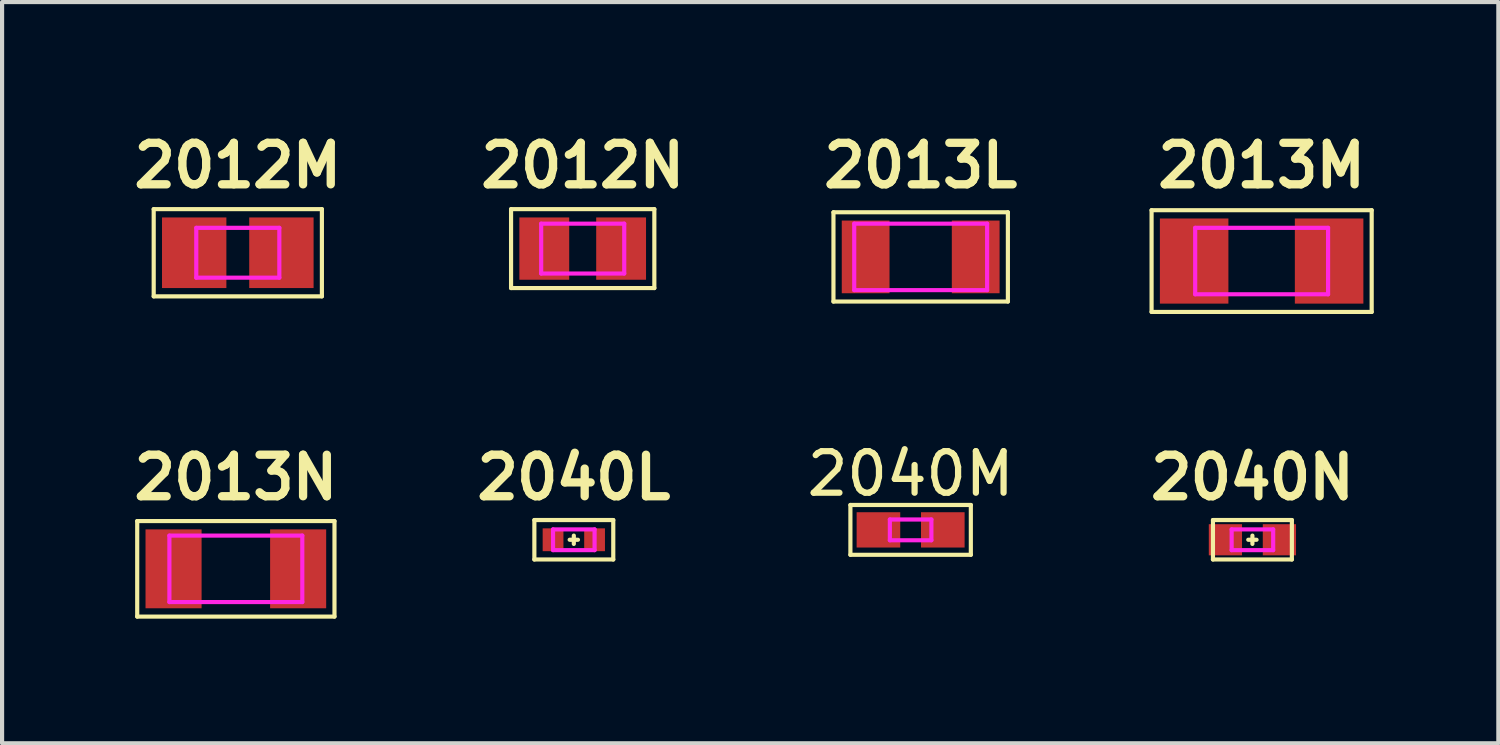
<source format=kicad_pcb>
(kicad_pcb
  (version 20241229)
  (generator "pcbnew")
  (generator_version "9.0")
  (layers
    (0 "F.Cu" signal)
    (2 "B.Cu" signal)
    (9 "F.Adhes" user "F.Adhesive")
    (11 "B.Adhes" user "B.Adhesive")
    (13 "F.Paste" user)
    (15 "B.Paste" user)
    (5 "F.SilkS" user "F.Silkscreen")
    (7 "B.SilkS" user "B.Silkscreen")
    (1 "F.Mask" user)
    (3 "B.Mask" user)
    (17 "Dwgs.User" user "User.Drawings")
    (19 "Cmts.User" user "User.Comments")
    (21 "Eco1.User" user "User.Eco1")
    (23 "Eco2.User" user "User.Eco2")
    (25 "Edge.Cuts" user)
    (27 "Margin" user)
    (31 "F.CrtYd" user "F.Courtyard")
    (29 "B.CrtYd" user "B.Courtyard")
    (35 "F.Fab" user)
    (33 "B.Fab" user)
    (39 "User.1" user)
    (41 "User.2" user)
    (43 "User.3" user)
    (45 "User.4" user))
  (footprint "2040N"
    (layer "F.Cu")
    (at 27.107 9.947)
    (property "Reference" "2040N" (at 0 -1.5 0) (layer "F.SilkS") (effects (font (size 1 1) (thickness 0.2))))
    (attr through_hole)
    (fp_line (start -0.95 -0.475) (end -0.95 0.475) (stroke (width 0.1) (type solid)) (layer "F.SilkS"))
    (fp_line (start -0.95 -0.475) (end 0.95 -0.475) (stroke (width 0.1) (type solid)) (layer "F.SilkS"))
    (fp_line (start -0.1 0) (end 0.1 0) (stroke (width 0.1) (type solid)) (layer "F.SilkS"))
    (fp_line (start 0 -0.1) (end 0 0.1) (stroke (width 0.1) (type solid)) (layer "F.SilkS"))
    (fp_line (start 0.95 -0.475) (end 0.95 0.475) (stroke (width 0.1) (type solid)) (layer "F.SilkS"))
    (fp_line (start 0.95 0.475) (end -0.95 0.475) (stroke (width 0.1) (type solid)) (layer "F.SilkS"))
    (fp_line (start -0.6 -0.2) (end -0.6 0.2) (stroke (width 0.1) (type solid)) (layer "F.Paste"))
    (fp_line (start -0.6 -0.11) (end -0.46 -0.15) (stroke (width 0.1) (type solid)) (layer "F.Paste"))
    (fp_line (start -0.6 0) (end -0.3 -0.2) (stroke (width 0.1) (type solid)) (layer "F.Paste"))
    (fp_line (start -0.6 0.11) (end -0.46 0.15) (stroke (width 0.1) (type solid)) (layer "F.Paste"))
    (fp_line (start -0.6 0.2) (end -0.3 0.2) (stroke (width 0.1) (type solid)) (layer "F.Paste"))
    (fp_line (start -0.3 -0.2) (end -0.6 -0.2) (stroke (width 0.1) (type solid)) (layer "F.Paste"))
    (fp_line (start -0.3 0.2) (end -0.6 0) (stroke (width 0.1) (type solid)) (layer "F.Paste"))
    (fp_line (start 0.3 0.2) (end 0.6 0) (stroke (width 0.1) (type solid)) (layer "F.Paste"))
    (fp_line (start 0.46 -0.15) (end 0.6 -0.11) (stroke (width 0.1) (type solid)) (layer "F.Paste"))
    (fp_line (start 0.46 0.14) (end 0.6 0.1) (stroke (width 0.1) (type solid)) (layer "F.Paste"))
    (fp_line (start 0.6 -0.2) (end 0.3 -0.2) (stroke (width 0.1) (type solid)) (layer "F.Paste"))
    (fp_line (start 0.6 -0.2) (end 0.6 0.2) (stroke (width 0.1) (type solid)) (layer "F.Paste"))
    (fp_line (start 0.6 0) (end 0.3 -0.2) (stroke (width 0.1) (type solid)) (layer "F.Paste"))
    (fp_line (start 0.6 0.2) (end 0.3 0.2) (stroke (width 0.1) (type solid)) (layer "F.Paste"))
    (fp_line (start -0.5 -0.25) (end 0.5 -0.25) (stroke (width 0.1) (type solid)) (layer "F.CrtYd"))
    (fp_line (start -0.5 0.25) (end -0.5 -0.25) (stroke (width 0.1) (type solid)) (layer "F.CrtYd"))
    (fp_line (start 0.5 -0.25) (end 0.5 0.25) (stroke (width 0.1) (type solid)) (layer "F.CrtYd"))
    (fp_line (start 0.5 0.25) (end -0.5 0.25) (stroke (width 0.1) (type solid)) (layer "F.CrtYd"))
    (pad "1" smd rect (at -0.65 0) (size 0.8 0.75) (layers "F.Cu" "F.Mask"))
    (pad "2" smd rect (at 0.65 0) (size 0.8 0.75) (layers "F.Cu" "F.Mask")))
  (footprint "2012M"
    (layer "F.Cu")
    (at 2.676 3.036)
    (property "Reference" "2012M" (at 0 -2.1 0) (layer "F.SilkS") (effects (font (size 1 1) (thickness 0.2))))
    (attr smd)
    (fp_line (start -2.025 -1.05) (end 2.025 -1.05) (stroke (width 0.1) (type solid)) (layer "F.SilkS"))
    (fp_line (start -2.025 1.05) (end -2.025 -1.05) (stroke (width 0.1) (type solid)) (layer "F.SilkS"))
    (fp_line (start 2.025 -1.05) (end 2.025 1.05) (stroke (width 0.1) (type solid)) (layer "F.SilkS"))
    (fp_line (start 2.025 1.05) (end -2.025 1.05) (stroke (width 0.1) (type solid)) (layer "F.SilkS"))
    (fp_line (start -1 -0.6) (end 1 -0.6) (stroke (width 0.1) (type solid)) (layer "F.CrtYd"))
    (fp_line (start -1 0.6) (end -1 -0.6) (stroke (width 0.1) (type solid)) (layer "F.CrtYd"))
    (fp_line (start 1 -0.6) (end 1 0.6) (stroke (width 0.1) (type solid)) (layer "F.CrtYd"))
    (fp_line (start 1 0.6) (end -1 0.6) (stroke (width 0.1) (type solid)) (layer "F.CrtYd"))
    (pad "1" smd rect (at -1.05 0) (size 1.55 1.7) (layers "F.Cu" "F.Mask"))
    (pad "2" smd rect (at 1.05 0) (size 1.55 1.7) (layers "F.Cu" "F.Mask")))
  (footprint "2013L"
    (layer "F.Cu")
    (at 19.119 3.136)
    (property "Reference" "2013L" (at 0 -2.2 0) (layer "F.SilkS") (effects (font (size 1 1) (thickness 0.2))))
    (attr through_hole)
    (fp_line (start -2.1 -1.075) (end -2.1 1.075) (stroke (width 0.1) (type solid)) (layer "F.SilkS"))
    (fp_line (start -2.1 -1.075) (end 2.1 -1.075) (stroke (width 0.1) (type solid)) (layer "F.SilkS"))
    (fp_line (start -2.1 1.075) (end 2.1 1.075) (stroke (width 0.1) (type solid)) (layer "F.SilkS"))
    (fp_line (start 2.1 -1.075) (end 2.1 1.075) (stroke (width 0.1) (type solid)) (layer "F.SilkS"))
    (fp_line (start -1.75 -0.76) (end -1.75 0.76) (stroke (width 0.2) (type solid)) (layer "F.Paste"))
    (fp_line (start -1.75 -0.76) (end -1.15 -0.76) (stroke (width 0.2) (type solid)) (layer "F.Paste"))
    (fp_line (start -1.75 0.76) (end -1.15 0.76) (stroke (width 0.2) (type solid)) (layer "F.Paste"))
    (fp_line (start -1.55 -0.76) (end -1.55 0.76) (stroke (width 0.2) (type solid)) (layer "F.Paste"))
    (fp_line (start -1.55 0) (end -1.15 -0.76) (stroke (width 0.2) (type solid)) (layer "F.Paste"))
    (fp_line (start -1.35 -0.76) (end -1.35 -0.4) (stroke (width 0.2) (type solid)) (layer "F.Paste"))
    (fp_line (start -1.35 0.4) (end -1.35 0.76) (stroke (width 0.2) (type solid)) (layer "F.Paste"))
    (fp_line (start -1.15 0.76) (end -1.55 0) (stroke (width 0.2) (type solid)) (layer "F.Paste"))
    (fp_line (start 1.15 -0.76) (end 1.75 -0.76) (stroke (width 0.2) (type solid)) (layer "F.Paste"))
    (fp_line (start 1.15 0.76) (end 1.55 0) (stroke (width 0.2) (type solid)) (layer "F.Paste"))
    (fp_line (start 1.15 0.76) (end 1.75 0.76) (stroke (width 0.2) (type solid)) (layer "F.Paste"))
    (fp_line (start 1.35 -0.76) (end 1.35 -0.4) (stroke (width 0.2) (type solid)) (layer "F.Paste"))
    (fp_line (start 1.35 0.4) (end 1.35 0.76) (stroke (width 0.2) (type solid)) (layer "F.Paste"))
    (fp_line (start 1.55 -0.76) (end 1.55 0.76) (stroke (width 0.2) (type solid)) (layer "F.Paste"))
    (fp_line (start 1.55 0) (end 1.15 -0.76) (stroke (width 0.2) (type solid)) (layer "F.Paste"))
    (fp_line (start 1.75 -0.76) (end 1.75 0.76) (stroke (width 0.2) (type solid)) (layer "F.Paste"))
    (fp_line (start -1.6 -0.8) (end 1.6 -0.8) (stroke (width 0.1) (type solid)) (layer "F.CrtYd"))
    (fp_line (start -1.6 0.8) (end -1.6 -0.8) (stroke (width 0.1) (type solid)) (layer "F.CrtYd"))
    (fp_line (start 1.6 -0.8) (end 1.6 0.8) (stroke (width 0.1) (type solid)) (layer "F.CrtYd"))
    (fp_line (start 1.6 0.8) (end -1.6 0.8) (stroke (width 0.1) (type solid)) (layer "F.CrtYd"))
    (pad "1" smd rect (at -1.325 0) (size 1.15 1.75) (layers "F.Cu" "F.Mask"))
    (pad "2" smd rect (at 1.325 0) (size 1.15 1.75) (layers "F.Cu" "F.Mask")))
  (footprint "2040L"
    (layer "F.Cu")
    (at 10.767 9.947)
    (property "Reference" "2040L" (at 0 -1.5 0) (layer "F.SilkS") (effects (font (size 1 1) (thickness 0.2))))
    (attr through_hole)
    (fp_line (start -0.95 -0.475) (end -0.95 0.475) (stroke (width 0.1) (type solid)) (layer "F.SilkS"))
    (fp_line (start -0.95 -0.475) (end 0.95 -0.475) (stroke (width 0.1) (type solid)) (layer "F.SilkS"))
    (fp_line (start -0.1 0) (end 0.1 0) (stroke (width 0.1) (type solid)) (layer "F.SilkS"))
    (fp_line (start 0 -0.1) (end 0 0.1) (stroke (width 0.1) (type solid)) (layer "F.SilkS"))
    (fp_line (start 0.95 -0.475) (end 0.95 0.475) (stroke (width 0.1) (type solid)) (layer "F.SilkS"))
    (fp_line (start 0.95 0.475) (end -0.95 0.475) (stroke (width 0.1) (type solid)) (layer "F.SilkS"))
    (fp_line (start -0.6 -0.2) (end -0.6 0.2) (stroke (width 0.1) (type solid)) (layer "F.Paste"))
    (fp_line (start -0.6 -0.11) (end -0.46 -0.15) (stroke (width 0.1) (type solid)) (layer "F.Paste"))
    (fp_line (start -0.6 0) (end -0.3 -0.2) (stroke (width 0.1) (type solid)) (layer "F.Paste"))
    (fp_line (start -0.6 0.11) (end -0.46 0.15) (stroke (width 0.1) (type solid)) (layer "F.Paste"))
    (fp_line (start -0.6 0.2) (end -0.3 0.2) (stroke (width 0.1) (type solid)) (layer "F.Paste"))
    (fp_line (start -0.3 -0.2) (end -0.6 -0.2) (stroke (width 0.1) (type solid)) (layer "F.Paste"))
    (fp_line (start -0.3 0.2) (end -0.6 0) (stroke (width 0.1) (type solid)) (layer "F.Paste"))
    (fp_line (start 0.3 0.2) (end 0.6 0) (stroke (width 0.1) (type solid)) (layer "F.Paste"))
    (fp_line (start 0.46 -0.15) (end 0.6 -0.11) (stroke (width 0.1) (type solid)) (layer "F.Paste"))
    (fp_line (start 0.46 0.14) (end 0.6 0.1) (stroke (width 0.1) (type solid)) (layer "F.Paste"))
    (fp_line (start 0.6 -0.2) (end 0.3 -0.2) (stroke (width 0.1) (type solid)) (layer "F.Paste"))
    (fp_line (start 0.6 -0.2) (end 0.6 0.2) (stroke (width 0.1) (type solid)) (layer "F.Paste"))
    (fp_line (start 0.6 0) (end 0.3 -0.2) (stroke (width 0.1) (type solid)) (layer "F.Paste"))
    (fp_line (start 0.6 0.2) (end 0.3 0.2) (stroke (width 0.1) (type solid)) (layer "F.Paste"))
    (fp_line (start -0.5 -0.25) (end 0.5 -0.25) (stroke (width 0.1) (type solid)) (layer "F.CrtYd"))
    (fp_line (start -0.5 0.25) (end -0.5 -0.25) (stroke (width 0.1) (type solid)) (layer "F.CrtYd"))
    (fp_line (start 0.5 -0.25) (end 0.5 0.25) (stroke (width 0.1) (type solid)) (layer "F.CrtYd"))
    (fp_line (start 0.5 0.25) (end -0.5 0.25) (stroke (width 0.1) (type solid)) (layer "F.CrtYd"))
    (pad "1" smd rect (at -0.5 0) (size 0.5 0.55) (layers "F.Cu" "F.Mask"))
    (pad "2" smd rect (at 0.5 0) (size 0.5 0.55) (layers "F.Cu" "F.Mask")))
  (footprint "2013N"
    (layer "F.Cu")
    (at 2.629 10.647)
    (property "Reference" "2013N" (at 0 -2.2 0) (layer "F.SilkS") (effects (font (size 1 1) (thickness 0.2))))
    (attr through_hole)
    (fp_line (start -2.375 -1.15) (end -2.375 1.15) (stroke (width 0.1) (type solid)) (layer "F.SilkS"))
    (fp_line (start -2.375 -1.15) (end 2.375 -1.15) (stroke (width 0.1) (type solid)) (layer "F.SilkS"))
    (fp_line (start -2.375 1.15) (end 2.375 1.15) (stroke (width 0.1) (type solid)) (layer "F.SilkS"))
    (fp_line (start 2.375 -1.15) (end 2.375 1.15) (stroke (width 0.1) (type solid)) (layer "F.SilkS"))
    (fp_line (start -1.75 -0.8) (end -1.15 -0.8) (stroke (width 0.2) (type solid)) (layer "F.Paste"))
    (fp_line (start -1.75 0.8) (end -1.75 -0.8) (stroke (width 0.2) (type solid)) (layer "F.Paste"))
    (fp_line (start -1.75 0.8) (end -1.15 0.8) (stroke (width 0.2) (type solid)) (layer "F.Paste"))
    (fp_line (start -1.55 0) (end -1.15 -0.8) (stroke (width 0.2) (type solid)) (layer "F.Paste"))
    (fp_line (start -1.55 0.8) (end -1.55 -0.8) (stroke (width 0.2) (type solid)) (layer "F.Paste"))
    (fp_line (start -1.35 -0.8) (end -1.35 -0.41) (stroke (width 0.2) (type solid)) (layer "F.Paste"))
    (fp_line (start -1.35 0.41) (end -1.35 0.8) (stroke (width 0.2) (type solid)) (layer "F.Paste"))
    (fp_line (start -1.15 0.8) (end -1.55 0) (stroke (width 0.2) (type solid)) (layer "F.Paste"))
    (fp_line (start 1.15 -0.8) (end 1.75 -0.8) (stroke (width 0.2) (type solid)) (layer "F.Paste"))
    (fp_line (start 1.15 0.8) (end 1.55 0) (stroke (width 0.2) (type solid)) (layer "F.Paste"))
    (fp_line (start 1.15 0.8) (end 1.75 0.8) (stroke (width 0.2) (type solid)) (layer "F.Paste"))
    (fp_line (start 1.35 -0.8) (end 1.35 -0.41) (stroke (width 0.2) (type solid)) (layer "F.Paste"))
    (fp_line (start 1.35 0.41) (end 1.35 0.8) (stroke (width 0.2) (type solid)) (layer "F.Paste"))
    (fp_line (start 1.55 0) (end 1.15 -0.8) (stroke (width 0.2) (type solid)) (layer "F.Paste"))
    (fp_line (start 1.55 0.8) (end 1.55 -0.8) (stroke (width 0.2) (type solid)) (layer "F.Paste"))
    (fp_line (start 1.75 0.8) (end 1.75 -0.8) (stroke (width 0.2) (type solid)) (layer "F.Paste"))
    (fp_line (start -1.6 -0.8) (end 1.6 -0.8) (stroke (width 0.1) (type solid)) (layer "F.CrtYd"))
    (fp_line (start -1.6 0.8) (end -1.6 -0.8) (stroke (width 0.1) (type solid)) (layer "F.CrtYd"))
    (fp_line (start 1.6 -0.8) (end 1.6 0.8) (stroke (width 0.1) (type solid)) (layer "F.CrtYd"))
    (fp_line (start 1.6 0.8) (end -1.6 0.8) (stroke (width 0.1) (type solid)) (layer "F.CrtYd"))
    (pad "1" smd rect (at -1.5 0) (size 1.35 1.9) (layers "F.Cu" "F.Mask"))
    (pad "2" smd rect (at 1.5 0) (size 1.35 1.9) (layers "F.Cu" "F.Mask")))
  (footprint "2012N"
    (layer "F.Cu")
    (at 10.981 2.936)
    (property "Reference" "2012N" (at 0 -2 0) (layer "F.SilkS") (effects (font (size 1 1) (thickness 0.2))))
    (attr smd)
    (fp_line (start -1.725 -0.95) (end 1.725 -0.95) (stroke (width 0.1) (type solid)) (layer "F.SilkS"))
    (fp_line (start -1.725 0.95) (end -1.725 -0.95) (stroke (width 0.1) (type solid)) (layer "F.SilkS"))
    (fp_line (start 1.725 -0.95) (end 1.725 0.95) (stroke (width 0.1) (type solid)) (layer "F.SilkS"))
    (fp_line (start 1.725 0.95) (end -1.725 0.95) (stroke (width 0.1) (type solid)) (layer "F.SilkS"))
    (fp_line (start -1.4 -0.62) (end -0.6 -0.62) (stroke (width 0.1) (type solid)) (layer "F.Paste"))
    (fp_line (start -1.4 0.62) (end -1.4 -0.62) (stroke (width 0.1) (type solid)) (layer "F.Paste"))
    (fp_line (start -1.4 0.62) (end -0.6 0.62) (stroke (width 0.1) (type solid)) (layer "F.Paste"))
    (fp_line (start -1.3 0.62) (end -1.3 -0.62) (stroke (width 0.1) (type solid)) (layer "F.Paste"))
    (fp_line (start -1.2 0.62) (end -1.2 -0.62) (stroke (width 0.1) (type solid)) (layer "F.Paste"))
    (fp_line (start -1.1 -0.62) (end -1.1 0.62) (stroke (width 0.1) (type solid)) (layer "F.Paste"))
    (fp_line (start -1 -0.62) (end -1 0.62) (stroke (width 0.1) (type solid)) (layer "F.Paste"))
    (fp_line (start -1 0) (end -0.6 0.62) (stroke (width 0.1) (type solid)) (layer "F.Paste"))
    (fp_line (start -0.9 -0.62) (end -0.9 -0.17) (stroke (width 0.1) (type solid)) (layer "F.Paste"))
    (fp_line (start -0.9 0.17) (end -0.9 0.62) (stroke (width 0.1) (type solid)) (layer "F.Paste"))
    (fp_line (start -0.8 -0.62) (end -0.8 -0.33) (stroke (width 0.1) (type solid)) (layer "F.Paste"))
    (fp_line (start -0.8 -0.52) (end -0.68 -0.52) (stroke (width 0.1) (type solid)) (layer "F.Paste"))
    (fp_line (start -0.8 0.33) (end -0.8 0.62) (stroke (width 0.1) (type solid)) (layer "F.Paste"))
    (fp_line (start -0.8 0.52) (end -0.68 0.52) (stroke (width 0.1) (type solid)) (layer "F.Paste"))
    (fp_line (start -0.6 -0.62) (end -1 0) (stroke (width 0.1) (type solid)) (layer "F.Paste"))
    (fp_line (start 0.6 -0.62) (end 1 0) (stroke (width 0.1) (type solid)) (layer "F.Paste"))
    (fp_line (start 0.6 -0.62) (end 1.4 -0.62) (stroke (width 0.1) (type solid)) (layer "F.Paste"))
    (fp_line (start 0.6 0.62) (end 1.4 0.62) (stroke (width 0.1) (type solid)) (layer "F.Paste"))
    (fp_line (start 0.68 -0.52) (end 0.8 -0.52) (stroke (width 0.1) (type solid)) (layer "F.Paste"))
    (fp_line (start 0.68 0.52) (end 0.8 0.52) (stroke (width 0.1) (type solid)) (layer "F.Paste"))
    (fp_line (start 0.8 -0.62) (end 0.8 -0.33) (stroke (width 0.1) (type solid)) (layer "F.Paste"))
    (fp_line (start 0.8 0.33) (end 0.8 0.62) (stroke (width 0.1) (type solid)) (layer "F.Paste"))
    (fp_line (start 0.9 -0.62) (end 0.9 -0.17) (stroke (width 0.1) (type solid)) (layer "F.Paste"))
    (fp_line (start 0.9 0.17) (end 0.9 0.62) (stroke (width 0.1) (type solid)) (layer "F.Paste"))
    (fp_line (start 1 0) (end 0.6 0.62) (stroke (width 0.1) (type solid)) (layer "F.Paste"))
    (fp_line (start 1 0.62) (end 1 -0.62) (stroke (width 0.1) (type solid)) (layer "F.Paste"))
    (fp_line (start 1.1 0.62) (end 1.1 -0.62) (stroke (width 0.1) (type solid)) (layer "F.Paste"))
    (fp_line (start 1.2 0.62) (end 1.2 -0.62) (stroke (width 0.1) (type solid)) (layer "F.Paste"))
    (fp_line (start 1.3 0.62) (end 1.3 -0.62) (stroke (width 0.1) (type solid)) (layer "F.Paste"))
    (fp_line (start 1.4 0.62) (end 1.4 -0.62) (stroke (width 0.1) (type solid)) (layer "F.Paste"))
    (fp_line (start -1 -0.6) (end 1 -0.6) (stroke (width 0.1) (type solid)) (layer "F.CrtYd"))
    (fp_line (start -1 0.6) (end -1 -0.6) (stroke (width 0.1) (type solid)) (layer "F.CrtYd"))
    (fp_line (start 1 -0.6) (end 1 0.6) (stroke (width 0.1) (type solid)) (layer "F.CrtYd"))
    (fp_line (start 1 0.6) (end -1 0.6) (stroke (width 0.1) (type solid)) (layer "F.CrtYd"))
    (pad "1" smd rect (at -0.925 0) (size 1.2 1.5) (layers "F.Cu" "F.Mask"))
    (pad "2" smd rect (at 0.925 0) (size 1.2 1.5) (layers "F.Cu" "F.Mask")))
  (footprint "2013M"
    (layer "F.Cu")
    (at 27.329 3.236)
    (property "Reference" "2013M" (at 0 -2.3 0) (layer "F.SilkS") (effects (font (size 1 1) (thickness 0.2))))
    (attr through_hole)
    (fp_line (start -2.65 -1.225) (end -2.65 1.225) (stroke (width 0.1) (type solid)) (layer "F.SilkS"))
    (fp_line (start -2.65 -1.225) (end 2.65 -1.225) (stroke (width 0.1) (type solid)) (layer "F.SilkS"))
    (fp_line (start -2.65 1.225) (end 2.65 1.225) (stroke (width 0.1) (type solid)) (layer "F.SilkS"))
    (fp_line (start 2.65 -1.225) (end 2.65 1.225) (stroke (width 0.1) (type solid)) (layer "F.SilkS"))
    (fp_line (start -1.6 -0.8) (end 1.6 -0.8) (stroke (width 0.1) (type solid)) (layer "F.CrtYd"))
    (fp_line (start -1.6 0.8) (end -1.6 -0.8) (stroke (width 0.1) (type solid)) (layer "F.CrtYd"))
    (fp_line (start 1.6 -0.8) (end 1.6 0.8) (stroke (width 0.1) (type solid)) (layer "F.CrtYd"))
    (fp_line (start 1.6 0.8) (end -1.6 0.8) (stroke (width 0.1) (type solid)) (layer "F.CrtYd"))
    (pad "1" smd rect (at -1.625 0) (size 1.65 2.05) (layers "F.Cu" "F.Mask"))
    (pad "2" smd rect (at 1.625 0) (size 1.65 2.05) (layers "F.Cu" "F.Mask")))
  (footprint "2040M"
    (layer "F.Cu")
    (at 18.877 9.709)
    (property "Reference" "2040M" (at 0 -1.35 0) (layer "F.SilkS") (effects (font (size 1 1) (thickness 0.15))))
    (attr through_hole)
    (fp_line (start -1.45 -0.6) (end 1.45 -0.6) (stroke (width 0.1) (type solid)) (layer "F.SilkS"))
    (fp_line (start -1.45 0.6) (end -1.45 -0.6) (stroke (width 0.1) (type solid)) (layer "F.SilkS"))
    (fp_line (start 1.45 -0.6) (end 1.45 0.6) (stroke (width 0.1) (type solid)) (layer "F.SilkS"))
    (fp_line (start 1.45 0.6) (end -1.45 0.6) (stroke (width 0.1) (type solid)) (layer "F.SilkS"))
    (fp_line (start -0.5 -0.25) (end 0.5 -0.25) (stroke (width 0.1) (type solid)) (layer "F.CrtYd"))
    (fp_line (start -0.5 0.25) (end -0.5 -0.25) (stroke (width 0.1) (type solid)) (layer "F.CrtYd"))
    (fp_line (start 0.5 -0.25) (end 0.5 0.25) (stroke (width 0.1) (type solid)) (layer "F.CrtYd"))
    (fp_line (start 0.5 0.25) (end -0.5 0.25) (stroke (width 0.1) (type solid)) (layer "F.CrtYd"))
    (pad "1" smd rect (at -0.775 0) (size 1.05 0.85) (layers "F.Cu" "F.Mask"))
    (pad "2" smd rect (at 0.775 0) (size 1.05 0.85) (layers "F.Cu" "F.Mask")))
  (gr_rect
    (start -3 -3)
    (end 33.029 14.847)
    (stroke (width 0.1) (type default))
    (fill no)
    (layer "Edge.Cuts")))
</source>
